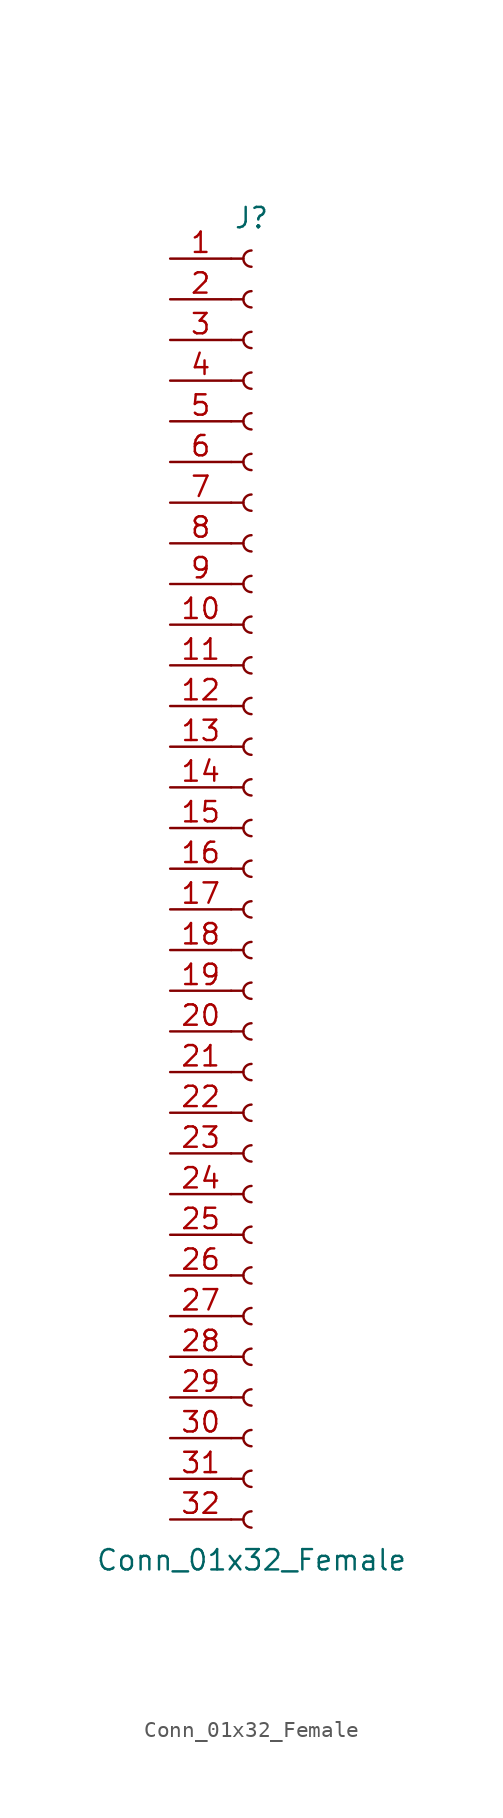
<source format=kicad_sym>
(kicad_symbol_lib
  (version 20201005)
  (generator kicad_symbol_editor)
  (symbol "Conn_01x32_Female"
    (pin_names
      (offset 1.016) hide)
    (property "Reference" "J"
      (at 0 40.64 0)
      (effects (font (size 1.27 1.27))))
    (property "Value" "Conn_01x32_Female"
      (at 0 -43.18 0)
      (effects (font (size 1.27 1.27))))
    (symbol "Conn_01x32_Female_1_1"
      (arc (start 0 -40.132) (end 0 -41.148) (radius (at 0 -40.64) (length 0.508) (angles 90.1 -90.1)) (stroke (width 0.1524)) (fill (type none)))
      (arc (start 0 -37.592) (end 0 -38.608) (radius (at 0 -38.1) (length 0.508) (angles 90.1 -90.1)) (stroke (width 0.1524)) (fill (type none)))
      (arc (start 0 -35.052) (end 0 -36.068) (radius (at 0 -35.56) (length 0.508) (angles 90.1 -90.1)) (stroke (width 0.1524)) (fill (type none)))
      (arc (start 0 -32.512) (end 0 -33.528) (radius (at 0 -33.02) (length 0.508) (angles 90.1 -90.1)) (stroke (width 0.1524)) (fill (type none)))
      (arc (start 0 -29.972) (end 0 -30.988) (radius (at 0 -30.48) (length 0.508) (angles 90.1 -90.1)) (stroke (width 0.1524)) (fill (type none)))
      (arc (start 0 -27.432) (end 0 -28.448) (radius (at 0 -27.94) (length 0.508) (angles 90.1 -90.1)) (stroke (width 0.1524)) (fill (type none)))
      (arc (start 0 -24.892) (end 0 -25.908) (radius (at 0 -25.4) (length 0.508) (angles 90.1 -90.1)) (stroke (width 0.1524)) (fill (type none)))
      (arc (start 0 -22.352) (end 0 -23.368) (radius (at 0 -22.86) (length 0.508) (angles 90.1 -90.1)) (stroke (width 0.1524)) (fill (type none)))
      (arc (start 0 -19.812) (end 0 -20.828) (radius (at 0 -20.32) (length 0.508) (angles 90.1 -90.1)) (stroke (width 0.1524)) (fill (type none)))
      (arc (start 0 -17.272) (end 0 -18.288) (radius (at 0 -17.78) (length 0.508) (angles 90.1 -90.1)) (stroke (width 0.1524)) (fill (type none)))
      (arc (start 0 -14.732) (end 0 -15.748) (radius (at 0 -15.24) (length 0.508) (angles 90.1 -90.1)) (stroke (width 0.1524)) (fill (type none)))
      (arc (start 0 -12.192) (end 0 -13.208) (radius (at 0 -12.7) (length 0.508) (angles 90.1 -90.1)) (stroke (width 0.1524)) (fill (type none)))
      (arc (start 0 -9.652) (end 0 -10.668) (radius (at 0 -10.16) (length 0.508) (angles 90.1 -90.1)) (stroke (width 0.1524)) (fill (type none)))
      (arc (start 0 -7.112) (end 0 -8.128) (radius (at 0 -7.62) (length 0.508) (angles 90.1 -90.1)) (stroke (width 0.1524)) (fill (type none)))
      (arc (start 0 -4.572) (end 0 -5.588) (radius (at 0 -5.08) (length 0.508) (angles 90.1 -90.1)) (stroke (width 0.1524)) (fill (type none)))
      (arc (start 0 -2.032) (end 0 -3.048) (radius (at 0 -2.54) (length 0.508) (angles 90.1 -90.1)) (stroke (width 0.1524)) (fill (type none)))
      (arc (start 0 0.508) (end 0 -0.508) (radius (at 0 0) (length 0.508) (angles 90.1 -90.1)) (stroke (width 0.1524)) (fill (type none)))
      (arc (start 0 3.048) (end 0 2.032) (radius (at 0 2.54) (length 0.508) (angles 90.1 -90.1)) (stroke (width 0.1524)) (fill (type none)))
      (arc (start 0 5.588) (end 0 4.572) (radius (at 0 5.08) (length 0.508) (angles 90.1 -90.1)) (stroke (width 0.1524)) (fill (type none)))
      (arc (start 0 8.128) (end 0 7.112) (radius (at 0 7.62) (length 0.508) (angles 90.1 -90.1)) (stroke (width 0.1524)) (fill (type none)))
      (arc (start 0 10.668) (end 0 9.652) (radius (at 0 10.16) (length 0.508) (angles 90.1 -90.1)) (stroke (width 0.1524)) (fill (type none)))
      (arc (start 0 13.208) (end 0 12.192) (radius (at 0 12.7) (length 0.508) (angles 90.1 -90.1)) (stroke (width 0.1524)) (fill (type none)))
      (arc (start 0 15.748) (end 0 14.732) (radius (at 0 15.24) (length 0.508) (angles 90.1 -90.1)) (stroke (width 0.1524)) (fill (type none)))
      (arc (start 0 18.288) (end 0 17.272) (radius (at 0 17.78) (length 0.508) (angles 90.1 -90.1)) (stroke (width 0.1524)) (fill (type none)))
      (arc (start 0 20.828) (end 0 19.812) (radius (at 0 20.32) (length 0.508) (angles 90.1 -90.1)) (stroke (width 0.1524)) (fill (type none)))
      (arc (start 0 23.368) (end 0 22.352) (radius (at 0 22.86) (length 0.508) (angles 90.1 -90.1)) (stroke (width 0.1524)) (fill (type none)))
      (arc (start 0 25.908) (end 0 24.892) (radius (at 0 25.4) (length 0.508) (angles 90.1 -90.1)) (stroke (width 0.1524)) (fill (type none)))
      (arc (start 0 28.448) (end 0 27.432) (radius (at 0 27.94) (length 0.508) (angles 90.1 -90.1)) (stroke (width 0.1524)) (fill (type none)))
      (arc (start 0 30.988) (end 0 29.972) (radius (at 0 30.48) (length 0.508) (angles 90.1 -90.1)) (stroke (width 0.1524)) (fill (type none)))
      (arc (start 0 33.528) (end 0 32.512) (radius (at 0 33.02) (length 0.508) (angles 90.1 -90.1)) (stroke (width 0.1524)) (fill (type none)))
      (arc (start 0 36.068) (end 0 35.052) (radius (at 0 35.56) (length 0.508) (angles 90.1 -90.1)) (stroke (width 0.1524)) (fill (type none)))
      (arc (start 0 38.608) (end 0 37.592) (radius (at 0 38.1) (length 0.508) (angles 90.1 -90.1)) (stroke (width 0.1524)) (fill (type none)))
      (polyline (pts (xy -1.27 -40.64) (xy -0.508 -40.64)) (stroke (width 0.152)) (fill (type none)))
      (polyline (pts (xy -1.27 -38.1) (xy -0.508 -38.1)) (stroke (width 0.152)) (fill (type none)))
      (polyline (pts (xy -1.27 -35.56) (xy -0.508 -35.56)) (stroke (width 0.152)) (fill (type none)))
      (polyline (pts (xy -1.27 -33.02) (xy -0.508 -33.02)) (stroke (width 0.152)) (fill (type none)))
      (polyline (pts (xy -1.27 -30.48) (xy -0.508 -30.48)) (stroke (width 0.152)) (fill (type none)))
      (polyline (pts (xy -1.27 -27.94) (xy -0.508 -27.94)) (stroke (width 0.152)) (fill (type none)))
      (polyline (pts (xy -1.27 -25.4) (xy -0.508 -25.4)) (stroke (width 0.152)) (fill (type none)))
      (polyline (pts (xy -1.27 -22.86) (xy -0.508 -22.86)) (stroke (width 0.152)) (fill (type none)))
      (polyline (pts (xy -1.27 -20.32) (xy -0.508 -20.32)) (stroke (width 0.152)) (fill (type none)))
      (polyline (pts (xy -1.27 -17.78) (xy -0.508 -17.78)) (stroke (width 0.152)) (fill (type none)))
      (polyline (pts (xy -1.27 -15.24) (xy -0.508 -15.24)) (stroke (width 0.152)) (fill (type none)))
      (polyline (pts (xy -1.27 -12.7) (xy -0.508 -12.7)) (stroke (width 0.152)) (fill (type none)))
      (polyline (pts (xy -1.27 -10.16) (xy -0.508 -10.16)) (stroke (width 0.152)) (fill (type none)))
      (polyline (pts (xy -1.27 -7.62) (xy -0.508 -7.62)) (stroke (width 0.152)) (fill (type none)))
      (polyline (pts (xy -1.27 -5.08) (xy -0.508 -5.08)) (stroke (width 0.152)) (fill (type none)))
      (polyline (pts (xy -1.27 -2.54) (xy -0.508 -2.54)) (stroke (width 0.152)) (fill (type none)))
      (polyline (pts (xy -1.27 0) (xy -0.508 0)) (stroke (width 0.152)) (fill (type none)))
      (polyline (pts (xy -1.27 2.54) (xy -0.508 2.54)) (stroke (width 0.152)) (fill (type none)))
      (polyline (pts (xy -1.27 5.08) (xy -0.508 5.08)) (stroke (width 0.152)) (fill (type none)))
      (polyline (pts (xy -1.27 7.62) (xy -0.508 7.62)) (stroke (width 0.152)) (fill (type none)))
      (polyline (pts (xy -1.27 10.16) (xy -0.508 10.16)) (stroke (width 0.152)) (fill (type none)))
      (polyline (pts (xy -1.27 12.7) (xy -0.508 12.7)) (stroke (width 0.152)) (fill (type none)))
      (polyline (pts (xy -1.27 15.24) (xy -0.508 15.24)) (stroke (width 0.152)) (fill (type none)))
      (polyline (pts (xy -1.27 17.78) (xy -0.508 17.78)) (stroke (width 0.152)) (fill (type none)))
      (polyline (pts (xy -1.27 20.32) (xy -0.508 20.32)) (stroke (width 0.152)) (fill (type none)))
      (polyline (pts (xy -1.27 22.86) (xy -0.508 22.86)) (stroke (width 0.152)) (fill (type none)))
      (polyline (pts (xy -1.27 25.4) (xy -0.508 25.4)) (stroke (width 0.152)) (fill (type none)))
      (polyline (pts (xy -1.27 27.94) (xy -0.508 27.94)) (stroke (width 0.152)) (fill (type none)))
      (polyline (pts (xy -1.27 30.48) (xy -0.508 30.48)) (stroke (width 0.152)) (fill (type none)))
      (polyline (pts (xy -1.27 33.02) (xy -0.508 33.02)) (stroke (width 0.152)) (fill (type none)))
      (polyline (pts (xy -1.27 35.56) (xy -0.508 35.56)) (stroke (width 0.152)) (fill (type none)))
      (polyline (pts (xy -1.27 38.1) (xy -0.508 38.1)) (stroke (width 0.152)) (fill (type none)))
      (pin passive line (at -5.08 38.1 0) (length 3.81) (name "Pin_1" (effects (font (size 1.27 1.27)))) (number "1" (effects (font (size 1.27 1.27)))))
      (pin passive line (at -5.08 15.24 0) (length 3.81) (name "Pin_10" (effects (font (size 1.27 1.27)))) (number "10" (effects (font (size 1.27 1.27)))))
      (pin passive line (at -5.08 12.7 0) (length 3.81) (name "Pin_11" (effects (font (size 1.27 1.27)))) (number "11" (effects (font (size 1.27 1.27)))))
      (pin passive line (at -5.08 10.16 0) (length 3.81) (name "Pin_12" (effects (font (size 1.27 1.27)))) (number "12" (effects (font (size 1.27 1.27)))))
      (pin passive line (at -5.08 7.62 0) (length 3.81) (name "Pin_13" (effects (font (size 1.27 1.27)))) (number "13" (effects (font (size 1.27 1.27)))))
      (pin passive line (at -5.08 5.08 0) (length 3.81) (name "Pin_14" (effects (font (size 1.27 1.27)))) (number "14" (effects (font (size 1.27 1.27)))))
      (pin passive line (at -5.08 2.54 0) (length 3.81) (name "Pin_15" (effects (font (size 1.27 1.27)))) (number "15" (effects (font (size 1.27 1.27)))))
      (pin passive line (at -5.08 0 0) (length 3.81) (name "Pin_16" (effects (font (size 1.27 1.27)))) (number "16" (effects (font (size 1.27 1.27)))))
      (pin passive line (at -5.08 -2.54 0) (length 3.81) (name "Pin_17" (effects (font (size 1.27 1.27)))) (number "17" (effects (font (size 1.27 1.27)))))
      (pin passive line (at -5.08 -5.08 0) (length 3.81) (name "Pin_18" (effects (font (size 1.27 1.27)))) (number "18" (effects (font (size 1.27 1.27)))))
      (pin passive line (at -5.08 -7.62 0) (length 3.81) (name "Pin_19" (effects (font (size 1.27 1.27)))) (number "19" (effects (font (size 1.27 1.27)))))
      (pin passive line (at -5.08 35.56 0) (length 3.81) (name "Pin_2" (effects (font (size 1.27 1.27)))) (number "2" (effects (font (size 1.27 1.27)))))
      (pin passive line (at -5.08 -10.16 0) (length 3.81) (name "Pin_20" (effects (font (size 1.27 1.27)))) (number "20" (effects (font (size 1.27 1.27)))))
      (pin passive line (at -5.08 -12.7 0) (length 3.81) (name "Pin_21" (effects (font (size 1.27 1.27)))) (number "21" (effects (font (size 1.27 1.27)))))
      (pin passive line (at -5.08 -15.24 0) (length 3.81) (name "Pin_22" (effects (font (size 1.27 1.27)))) (number "22" (effects (font (size 1.27 1.27)))))
      (pin passive line (at -5.08 -17.78 0) (length 3.81) (name "Pin_23" (effects (font (size 1.27 1.27)))) (number "23" (effects (font (size 1.27 1.27)))))
      (pin passive line (at -5.08 -20.32 0) (length 3.81) (name "Pin_24" (effects (font (size 1.27 1.27)))) (number "24" (effects (font (size 1.27 1.27)))))
      (pin passive line (at -5.08 -22.86 0) (length 3.81) (name "Pin_25" (effects (font (size 1.27 1.27)))) (number "25" (effects (font (size 1.27 1.27)))))
      (pin passive line (at -5.08 -25.4 0) (length 3.81) (name "Pin_26" (effects (font (size 1.27 1.27)))) (number "26" (effects (font (size 1.27 1.27)))))
      (pin passive line (at -5.08 -27.94 0) (length 3.81) (name "Pin_27" (effects (font (size 1.27 1.27)))) (number "27" (effects (font (size 1.27 1.27)))))
      (pin passive line (at -5.08 -30.48 0) (length 3.81) (name "Pin_28" (effects (font (size 1.27 1.27)))) (number "28" (effects (font (size 1.27 1.27)))))
      (pin passive line (at -5.08 -33.02 0) (length 3.81) (name "Pin_29" (effects (font (size 1.27 1.27)))) (number "29" (effects (font (size 1.27 1.27)))))
      (pin passive line (at -5.08 33.02 0) (length 3.81) (name "Pin_3" (effects (font (size 1.27 1.27)))) (number "3" (effects (font (size 1.27 1.27)))))
      (pin passive line (at -5.08 -35.56 0) (length 3.81) (name "Pin_30" (effects (font (size 1.27 1.27)))) (number "30" (effects (font (size 1.27 1.27)))))
      (pin passive line (at -5.08 -38.1 0) (length 3.81) (name "Pin_31" (effects (font (size 1.27 1.27)))) (number "31" (effects (font (size 1.27 1.27)))))
      (pin passive line (at -5.08 -40.64 0) (length 3.81) (name "Pin_32" (effects (font (size 1.27 1.27)))) (number "32" (effects (font (size 1.27 1.27)))))
      (pin passive line (at -5.08 30.48 0) (length 3.81) (name "Pin_4" (effects (font (size 1.27 1.27)))) (number "4" (effects (font (size 1.27 1.27)))))
      (pin passive line (at -5.08 27.94 0) (length 3.81) (name "Pin_5" (effects (font (size 1.27 1.27)))) (number "5" (effects (font (size 1.27 1.27)))))
      (pin passive line (at -5.08 25.4 0) (length 3.81) (name "Pin_6" (effects (font (size 1.27 1.27)))) (number "6" (effects (font (size 1.27 1.27)))))
      (pin passive line (at -5.08 22.86 0) (length 3.81) (name "Pin_7" (effects (font (size 1.27 1.27)))) (number "7" (effects (font (size 1.27 1.27)))))
      (pin passive line (at -5.08 20.32 0) (length 3.81) (name "Pin_8" (effects (font (size 1.27 1.27)))) (number "8" (effects (font (size 1.27 1.27)))))
      (pin passive line (at -5.08 17.78 0) (length 3.81) (name "Pin_9" (effects (font (size 1.27 1.27)))) (number "9" (effects (font (size 1.27 1.27))))))))
</source>
